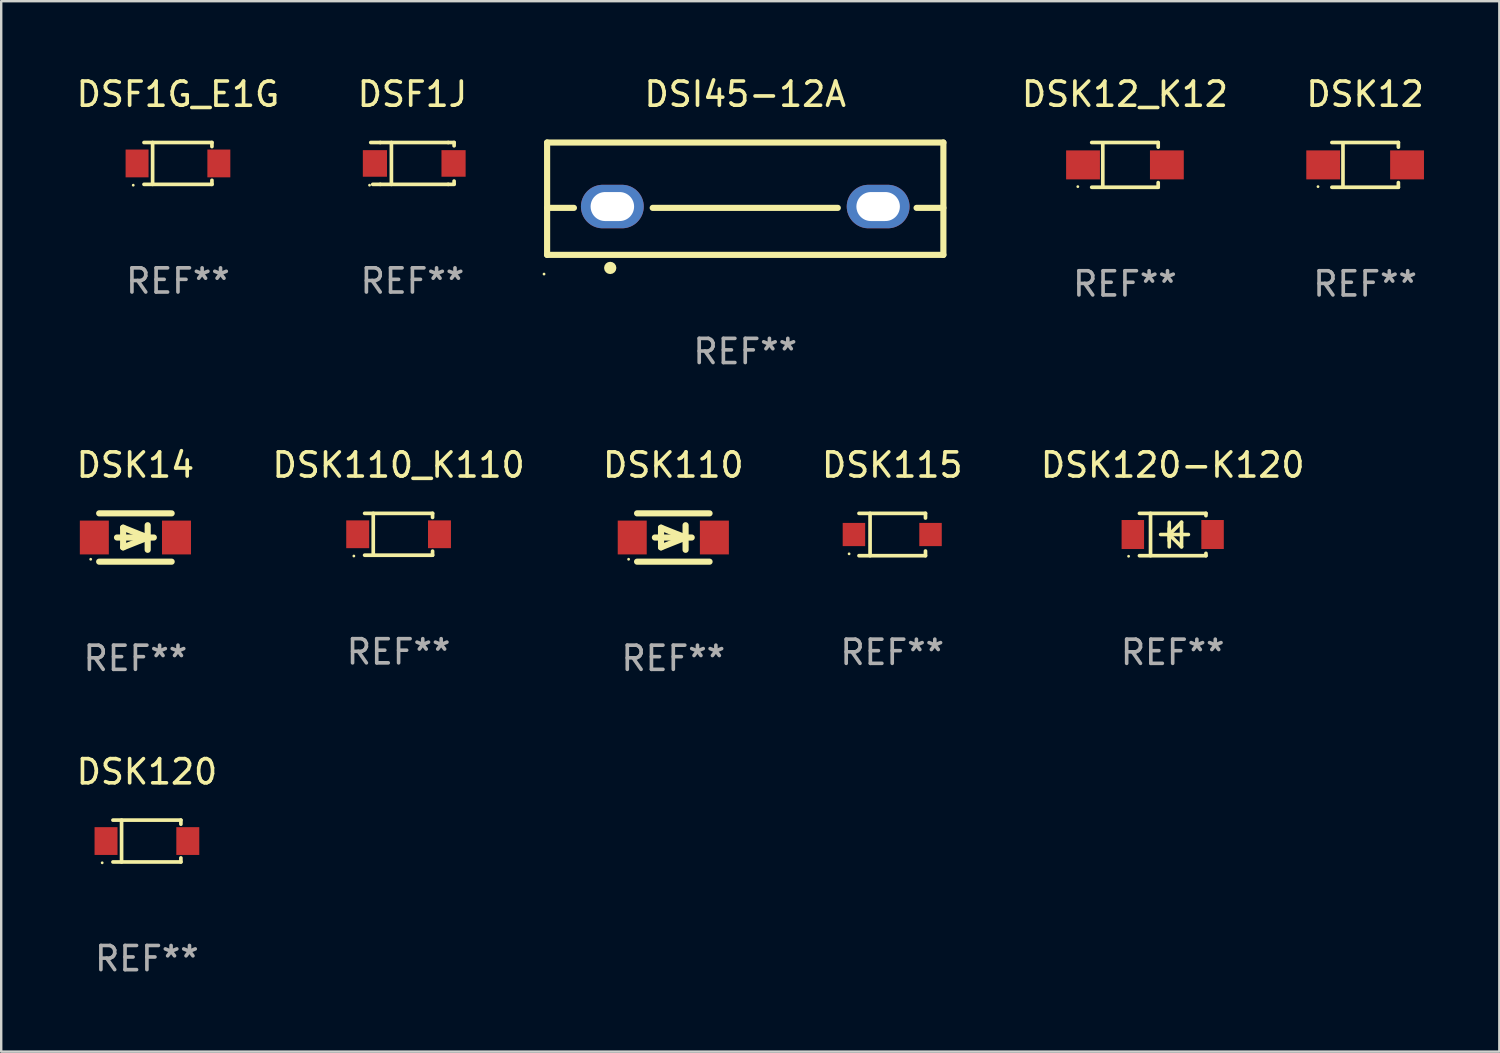
<source format=kicad_pcb>
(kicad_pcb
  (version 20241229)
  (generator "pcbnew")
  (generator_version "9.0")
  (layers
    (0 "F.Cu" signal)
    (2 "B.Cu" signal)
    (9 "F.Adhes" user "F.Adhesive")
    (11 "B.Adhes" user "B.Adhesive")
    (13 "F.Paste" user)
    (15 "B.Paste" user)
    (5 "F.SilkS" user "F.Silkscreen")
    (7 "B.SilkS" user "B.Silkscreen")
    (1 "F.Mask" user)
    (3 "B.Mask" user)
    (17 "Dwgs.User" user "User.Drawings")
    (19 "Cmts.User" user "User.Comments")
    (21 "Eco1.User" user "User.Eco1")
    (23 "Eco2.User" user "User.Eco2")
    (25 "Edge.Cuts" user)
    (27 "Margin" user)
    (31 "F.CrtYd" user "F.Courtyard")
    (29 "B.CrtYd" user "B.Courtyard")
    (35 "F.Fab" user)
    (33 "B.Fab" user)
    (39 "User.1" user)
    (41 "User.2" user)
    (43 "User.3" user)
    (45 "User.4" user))
  (footprint "DSF1J"
    (layer "F.Cu")
    (at 14.018 3.714)
    (property "Reference" "DSF1J" (at 0 -2.866 0) (layer "F.SilkS") (effects (font (size 1 1) (thickness 0.15))))
    (attr through_hole)
    (fp_line (start -1.332 0.866) (end -1.642 0.866) (stroke (width 0.152) (type solid)) (layer "F.SilkS"))
    (fp_line (start -1.331 -0.866) (end -1.725 -0.866) (stroke (width 0.152) (type solid)) (layer "F.SilkS"))
    (fp_line (start -1.331 -0.866) (end 1.481 -0.866) (stroke (width 0.152) (type solid)) (layer "F.SilkS"))
    (fp_line (start -1.331 0.866) (end 1.481 0.866) (stroke (width 0.152) (type solid)) (layer "F.SilkS"))
    (fp_line (start -0.87 -0.866) (end -0.87 0.866) (stroke (width 0.152) (type solid)) (layer "F.SilkS"))
    (fp_line (start 1.481 -0.866) (end 1.725 -0.866) (stroke (width 0.152) (type solid)) (layer "F.SilkS"))
    (fp_line (start 1.481 0.866) (end 1.725 0.866) (stroke (width 0.152) (type solid)) (layer "F.SilkS"))
    (fp_line (start 1.725 -0.866) (end 1.725 -0.73) (stroke (width 0.152) (type solid)) (layer "F.SilkS"))
    (fp_line (start 1.725 0.73) (end 1.725 0.85) (stroke (width 0.152) (type solid)) (layer "F.SilkS"))
    (fp_circle (center -1.775 0.9) (end -1.745 0.9) (stroke (width 0.06) (type solid)) (fill no) (layer "F.SilkS"))
    (fp_text user "REF**" (at 0 4.866 0) (layer "F.Fab") (effects (font (size 1 1) (thickness 0.15))))
    (pad "1" smd rect (at -1.552 0) (size 1 1.1) (layers "F.Cu" "F.Mask" "F.Paste"))
    (pad "2" smd rect (at 1.702 0) (size 1 1.1) (layers "F.Cu" "F.Mask" "F.Paste")))
  (footprint "DSK115"
    (layer "F.Cu")
    (at 33.875 19.071)
    (property "Reference" "DSK115" (at 0 -2.876 0) (layer "F.SilkS") (effects (font (size 1 1) (thickness 0.15))))
    (attr through_hole)
    (fp_line (start -1.376 -0.876) (end 1.376 -0.876) (stroke (width 0.152) (type solid)) (layer "F.SilkS"))
    (fp_line (start -1.376 0.876) (end 1.376 0.876) (stroke (width 0.152) (type solid)) (layer "F.SilkS"))
    (fp_line (start -0.917 -0.876) (end -0.917 0.876) (stroke (width 0.152) (type solid)) (layer "F.SilkS"))
    (fp_line (start 1.376 -0.876) (end 1.376 -0.683) (stroke (width 0.152) (type solid)) (layer "F.SilkS"))
    (fp_line (start 1.376 0.876) (end 1.376 0.683) (stroke (width 0.152) (type solid)) (layer "F.SilkS"))
    (fp_circle (center -1.785 0.8) (end -1.755 0.8) (stroke (width 0.06) (type solid)) (fill no) (layer "F.SilkS"))
    (fp_text user "REF**" (at 0 4.876 0) (layer "F.Fab") (effects (font (size 1 1) (thickness 0.15))))
    (pad "1" smd rect (at -1.585 0 180) (size 0.93 0.96) (layers "F.Cu" "F.Mask" "F.Paste"))
    (pad "2" smd rect (at 1.585 0 180) (size 0.93 0.96) (layers "F.Cu" "F.Mask" "F.Paste")))
  (footprint "DSK12_K12"
    (layer "F.Cu")
    (at 43.506 3.774)
    (property "Reference" "DSK12_K12" (at 0 -2.926 0) (layer "F.SilkS") (effects (font (size 1 1) (thickness 0.15))))
    (attr through_hole)
    (fp_line (start -1.376 -0.926) (end 1.376 -0.926) (stroke (width 0.152) (type solid)) (layer "F.SilkS"))
    (fp_line (start -1.376 0.926) (end 1.376 0.926) (stroke (width 0.152) (type solid)) (layer "F.SilkS"))
    (fp_line (start -0.917 -0.876) (end -0.917 0.876) (stroke (width 0.152) (type solid)) (layer "F.SilkS"))
    (fp_line (start 1.376 -0.926) (end 1.376 -0.733) (stroke (width 0.152) (type solid)) (layer "F.SilkS"))
    (fp_line (start 1.376 0.926) (end 1.376 0.733) (stroke (width 0.152) (type solid)) (layer "F.SilkS"))
    (fp_circle (center -1.95 0.9) (end -1.92 0.9) (stroke (width 0.06) (type solid)) (fill no) (layer "F.SilkS"))
    (fp_text user "REF**" (at 0 4.926 0) (layer "F.Fab") (effects (font (size 1 1) (thickness 0.15))))
    (pad "1" smd rect (at -1.735 0) (size 1.4 1.2) (layers "F.Cu" "F.Mask" "F.Paste"))
    (pad "2" smd rect (at 1.735 0) (size 1.4 1.2) (layers "F.Cu" "F.Mask" "F.Paste")))
  (footprint "DSK110"
    (layer "F.Cu")
    (at 24.815 19.195)
    (property "Reference" "DSK110" (at 0 -3 0) (layer "F.SilkS") (effects (font (size 1 1) (thickness 0.15))))
    (attr through_hole)
    (fp_line (start -1.5 -1) (end 1.5 -1) (stroke (width 0.254) (type solid)) (layer "F.SilkS"))
    (fp_line (start -1.5 1) (end 1.5 1) (stroke (width 0.254) (type solid)) (layer "F.SilkS"))
    (fp_line (start -0.508 -0.406) (end 0.508 0) (stroke (width 0.254) (type solid)) (layer "F.SilkS"))
    (fp_line (start -0.508 0.406) (end -0.508 -0.406) (stroke (width 0.254) (type solid)) (layer "F.SilkS"))
    (fp_line (start 0.508 0) (end -0.508 0.406) (stroke (width 0.254) (type solid)) (layer "F.SilkS"))
    (fp_line (start 0.508 0.508) (end 0.508 -0.508) (stroke (width 0.254) (type solid)) (layer "F.SilkS"))
    (fp_line (start 0.762 0) (end -0.762 0) (stroke (width 0.254) (type solid)) (layer "F.SilkS"))
    (fp_circle (center -1.85 0.9) (end -1.82 0.9) (stroke (width 0.06) (type solid)) (fill no) (layer "F.SilkS"))
    (fp_text user "REF**" (at 0 5 0) (layer "F.Fab") (effects (font (size 1 1) (thickness 0.15))))
    (pad "1" smd rect (at -1.7 0) (size 1.2 1.4) (layers "F.Cu" "F.Mask" "F.Paste"))
    (pad "2" smd rect (at 1.7 0) (size 1.2 1.4) (layers "F.Cu" "F.Mask" "F.Paste")))
  (footprint "DSK120-K120"
    (layer "F.Cu")
    (at 45.482 19.071)
    (property "Reference" "DSK120-K120" (at 0 -2.876 0) (layer "F.SilkS") (effects (font (size 1 1) (thickness 0.15))))
    (attr through_hole)
    (fp_line (start -1.376 -0.876) (end 1.376 -0.876) (stroke (width 0.152) (type solid)) (layer "F.SilkS"))
    (fp_line (start -1.376 0.876) (end 1.376 0.876) (stroke (width 0.152) (type solid)) (layer "F.SilkS"))
    (fp_line (start -0.917 -0.876) (end -0.917 0.876) (stroke (width 0.152) (type solid)) (layer "F.SilkS"))
    (fp_line (start -0.5 -0.000102) (end 0.65 -0.000102) (stroke (width 0.15) (type solid)) (layer "F.SilkS"))
    (fp_line (start -0.142 -0.508) (end -0.142 0.508) (stroke (width 0.15) (type solid)) (layer "F.SilkS"))
    (fp_line (start -0.142 -0.000102) (end 0.366 -0.508) (stroke (width 0.15) (type solid)) (layer "F.SilkS"))
    (fp_line (start -0.142 -0.000102) (end 0.366 0.508) (stroke (width 0.15) (type solid)) (layer "F.SilkS"))
    (fp_line (start -0.142 0.254) (end -0.142 -0.254) (stroke (width 0.15) (type solid)) (layer "F.SilkS"))
    (fp_line (start 0.366 0.508) (end 0.366 -0.508) (stroke (width 0.15) (type solid)) (layer "F.SilkS"))
    (fp_line (start 1.376 -0.876) (end 1.376 -0.78) (stroke (width 0.152) (type solid)) (layer "F.SilkS"))
    (fp_line (start 1.376 0.78) (end 1.376 0.876) (stroke (width 0.152) (type solid)) (layer "F.SilkS"))
    (fp_circle (center -1.825 0.9) (end -1.795 0.9) (stroke (width 0.06) (type solid)) (fill no) (layer "F.SilkS"))
    (fp_text user "REF**" (at 0 4.876 0) (layer "F.Fab") (effects (font (size 1 1) (thickness 0.15))))
    (pad "1" smd rect (at -1.65 -0.000102 180) (size 0.93 1.2) (layers "F.Cu" "F.Mask" "F.Paste"))
    (pad "2" smd rect (at 1.65 -0.000102 180) (size 0.93 1.2) (layers "F.Cu" "F.Mask" "F.Paste")))
  (footprint "DSK12"
    (layer "F.Cu")
    (at 53.446 3.774)
    (property "Reference" "DSK12" (at 0 -2.926 0) (layer "F.SilkS") (effects (font (size 1 1) (thickness 0.15))))
    (attr through_hole)
    (fp_line (start -1.376 -0.926) (end 1.376 -0.926) (stroke (width 0.152) (type solid)) (layer "F.SilkS"))
    (fp_line (start -1.376 0.926) (end 1.376 0.926) (stroke (width 0.152) (type solid)) (layer "F.SilkS"))
    (fp_line (start -0.917 -0.876) (end -0.917 0.876) (stroke (width 0.152) (type solid)) (layer "F.SilkS"))
    (fp_line (start 1.376 -0.926) (end 1.376 -0.733) (stroke (width 0.152) (type solid)) (layer "F.SilkS"))
    (fp_line (start 1.376 0.926) (end 1.376 0.733) (stroke (width 0.152) (type solid)) (layer "F.SilkS"))
    (fp_circle (center -1.95 0.9) (end -1.92 0.9) (stroke (width 0.06) (type solid)) (fill no) (layer "F.SilkS"))
    (fp_text user "REF**" (at 0 4.926 0) (layer "F.Fab") (effects (font (size 1 1) (thickness 0.15))))
    (pad "1" smd rect (at -1.735 0) (size 1.4 1.2) (layers "F.Cu" "F.Mask" "F.Paste"))
    (pad "2" smd rect (at 1.735 0) (size 1.4 1.2) (layers "F.Cu" "F.Mask" "F.Paste")))
  (footprint "DSK110_K110"
    (layer "F.Cu")
    (at 13.446 19.061)
    (property "Reference" "DSK110_K110" (at 0 -2.866 0) (layer "F.SilkS") (effects (font (size 1 1) (thickness 0.15))))
    (attr through_hole)
    (fp_line (start -1.406 -0.866) (end 1.406 -0.866) (stroke (width 0.152) (type solid)) (layer "F.SilkS"))
    (fp_line (start -1.406 0.866) (end 1.406 0.866) (stroke (width 0.152) (type solid)) (layer "F.SilkS"))
    (fp_line (start -1.049 -0.866) (end -1.049 0.866) (stroke (width 0.152) (type solid)) (layer "F.SilkS"))
    (fp_line (start 1.406 -0.866) (end 1.406 -0.698) (stroke (width 0.152) (type solid)) (layer "F.SilkS"))
    (fp_line (start 1.406 0.866) (end 1.406 0.698) (stroke (width 0.152) (type solid)) (layer "F.SilkS"))
    (fp_circle (center -1.851 0.9) (end -1.821 0.9) (stroke (width 0.06) (type solid)) (fill no) (layer "F.SilkS"))
    (fp_text user "REF**" (at 0 4.866 0) (layer "F.Fab") (effects (font (size 1 1) (thickness 0.15))))
    (pad "1" smd rect (at -1.692 0) (size 0.95 1.15) (layers "F.Cu" "F.Mask" "F.Paste"))
    (pad "2" smd rect (at 1.692 0) (size 0.95 1.15) (layers "F.Cu" "F.Mask" "F.Paste")))
  (footprint "DSK14"
    (layer "F.Cu")
    (at 2.554 19.195)
    (property "Reference" "DSK14" (at 0 -3 0) (layer "F.SilkS") (effects (font (size 1 1) (thickness 0.15))))
    (attr through_hole)
    (fp_line (start -1.5 -1) (end 1.5 -1) (stroke (width 0.254) (type solid)) (layer "F.SilkS"))
    (fp_line (start -1.5 1) (end 1.5 1) (stroke (width 0.254) (type solid)) (layer "F.SilkS"))
    (fp_line (start -0.508 -0.406) (end 0.508 0) (stroke (width 0.254) (type solid)) (layer "F.SilkS"))
    (fp_line (start -0.508 0.406) (end -0.508 -0.406) (stroke (width 0.254) (type solid)) (layer "F.SilkS"))
    (fp_line (start 0.508 0) (end -0.508 0.406) (stroke (width 0.254) (type solid)) (layer "F.SilkS"))
    (fp_line (start 0.508 0.508) (end 0.508 -0.508) (stroke (width 0.254) (type solid)) (layer "F.SilkS"))
    (fp_line (start 0.762 0) (end -0.762 0) (stroke (width 0.254) (type solid)) (layer "F.SilkS"))
    (fp_circle (center -1.85 0.9) (end -1.82 0.9) (stroke (width 0.06) (type solid)) (fill no) (layer "F.SilkS"))
    (fp_text user "REF**" (at 0 5 0) (layer "F.Fab") (effects (font (size 1 1) (thickness 0.15))))
    (pad "1" smd rect (at -1.7 0) (size 1.2 1.4) (layers "F.Cu" "F.Mask" "F.Paste"))
    (pad "2" smd rect (at 1.7 0) (size 1.2 1.4) (layers "F.Cu" "F.Mask" "F.Paste")))
  (footprint "DSF1G_E1G"
    (layer "F.Cu")
    (at 4.315 3.714)
    (property "Reference" "DSF1G_E1G" (at 0 -2.866 0) (layer "F.SilkS") (effects (font (size 1 1) (thickness 0.15))))
    (attr through_hole)
    (fp_line (start -1.406 -0.866) (end 1.406 -0.866) (stroke (width 0.152) (type solid)) (layer "F.SilkS"))
    (fp_line (start -1.406 0.866) (end 1.406 0.866) (stroke (width 0.152) (type solid)) (layer "F.SilkS"))
    (fp_line (start -1.049 -0.866) (end -1.049 0.866) (stroke (width 0.152) (type solid)) (layer "F.SilkS"))
    (fp_line (start 1.406 -0.866) (end 1.406 -0.698) (stroke (width 0.152) (type solid)) (layer "F.SilkS"))
    (fp_line (start 1.406 0.866) (end 1.406 0.698) (stroke (width 0.152) (type solid)) (layer "F.SilkS"))
    (fp_circle (center -1.851 0.9) (end -1.821 0.9) (stroke (width 0.06) (type solid)) (fill no) (layer "F.SilkS"))
    (fp_text user "REF**" (at 0 4.866 0) (layer "F.Fab") (effects (font (size 1 1) (thickness 0.15))))
    (pad "1" smd rect (at -1.692 0) (size 0.95 1.15) (layers "F.Cu" "F.Mask" "F.Paste"))
    (pad "2" smd rect (at 1.692 0) (size 0.95 1.15) (layers "F.Cu" "F.Mask" "F.Paste")))
  (footprint "DSK120"
    (layer "F.Cu")
    (at 3.03 31.757)
    (property "Reference" "DSK120" (at 0 -2.866 0) (layer "F.SilkS") (effects (font (size 1 1) (thickness 0.15))))
    (attr through_hole)
    (fp_line (start -1.406 -0.866) (end 1.406 -0.866) (stroke (width 0.152) (type solid)) (layer "F.SilkS"))
    (fp_line (start -1.406 0.866) (end 1.406 0.866) (stroke (width 0.152) (type solid)) (layer "F.SilkS"))
    (fp_line (start -1.049 -0.866) (end -1.049 0.866) (stroke (width 0.152) (type solid)) (layer "F.SilkS"))
    (fp_line (start 1.406 -0.866) (end 1.406 -0.698) (stroke (width 0.152) (type solid)) (layer "F.SilkS"))
    (fp_line (start 1.406 0.866) (end 1.406 0.698) (stroke (width 0.152) (type solid)) (layer "F.SilkS"))
    (fp_circle (center -1.851 0.9) (end -1.821 0.9) (stroke (width 0.06) (type solid)) (fill no) (layer "F.SilkS"))
    (fp_text user "REF**" (at 0 4.866 0) (layer "F.Fab") (effects (font (size 1 1) (thickness 0.15))))
    (pad "1" smd rect (at -1.692 0) (size 0.95 1.15) (layers "F.Cu" "F.Mask" "F.Paste"))
    (pad "2" smd rect (at 1.692 0) (size 0.95 1.15) (layers "F.Cu" "F.Mask" "F.Paste")))
  (footprint "DSI45-12A"
    (layer "F.Cu")
    (at 27.792 5.173)
    (property "Reference" "DSI45-12A" (at 0 -4.325 0) (layer "F.SilkS") (effects (font (size 1 1) (thickness 0.15))))
    (attr through_hole)
    (fp_line (start -8.2 -2.325) (end -8.2 2.325) (stroke (width 0.254) (type solid)) (layer "F.SilkS"))
    (fp_line (start -8.2 -2.325) (end 8.2 -2.325) (stroke (width 0.254) (type solid)) (layer "F.SilkS"))
    (fp_line (start -8.2 0.38) (end -7.09 0.38) (stroke (width 0.254) (type solid)) (layer "F.SilkS"))
    (fp_line (start -8.2 2.325) (end 8.2 2.325) (stroke (width 0.254) (type solid)) (layer "F.SilkS"))
    (fp_line (start -3.83 0.38) (end 3.83 0.38) (stroke (width 0.254) (type solid)) (layer "F.SilkS"))
    (fp_line (start 7.09 0.38) (end 8.2 0.38) (stroke (width 0.254) (type solid)) (layer "F.SilkS"))
    (fp_line (start 8.2 -2.325) (end 8.2 2.325) (stroke (width 0.254) (type solid)) (layer "F.SilkS"))
    (fp_circle (center -8.327 3.119) (end -8.297 3.119) (stroke (width 0.06) (type solid)) (fill no) (layer "F.SilkS"))
    (fp_circle (center -5.588 2.865) (end -5.461 2.865) (stroke (width 0.254) (type solid)) (fill no) (layer "F.SilkS"))
    (fp_text user "REF**" (at 0 6.325 0) (layer "F.Fab") (effects (font (size 1 1) (thickness 0.15))))
    (pad "1" thru_hole oval (at -5.5 0.325) (size 2.6 1.8) (drill oval 1.8 1.2) (layers "*.Cu" "*.Mask"))
    (pad "3" thru_hole oval (at 5.5 0.325) (size 2.6 1.8) (drill oval 1.8 1.2) (layers "*.Cu" "*.Mask")))
  (gr_rect
    (start -3 -3)
    (end 59 40.472)
    (stroke (width 0.1) (type default))
    (fill no)
    (layer "Edge.Cuts")))
</source>
